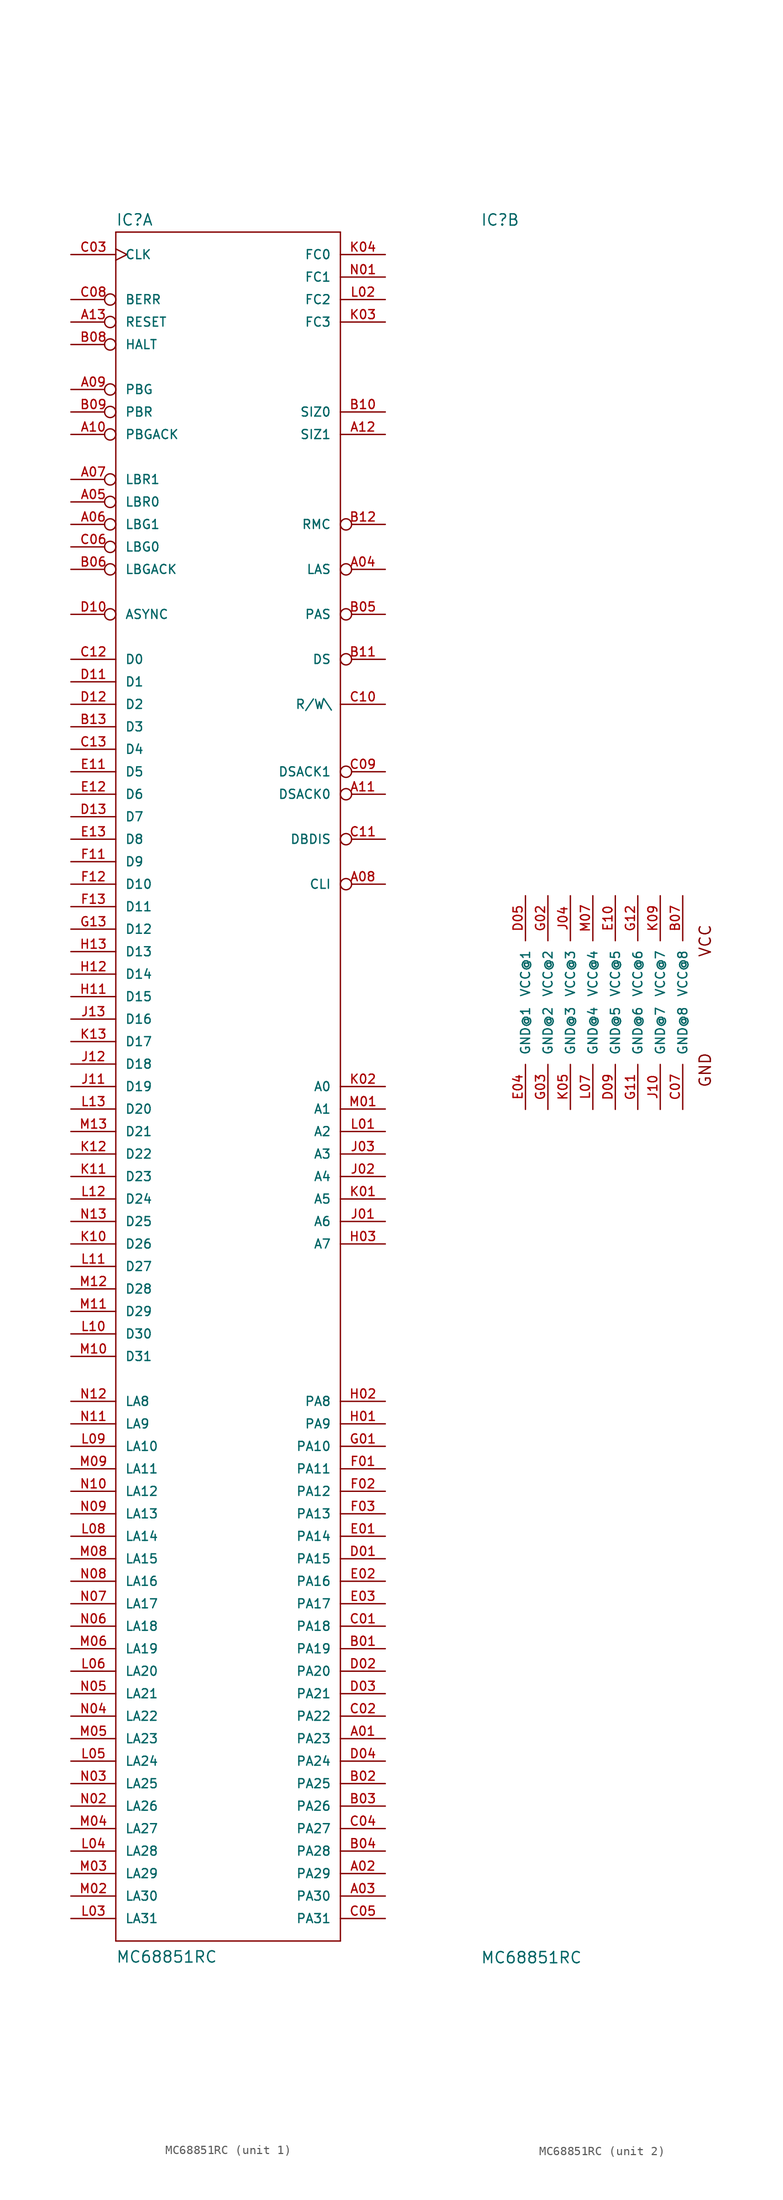
<source format=kicad_sym>
(kicad_symbol_lib
  (version 20220914)
  (generator kicad_symbol_editor)
  (symbol "MC68851RC"
    (pin_names
      (offset 1.016))
    (property "Reference" "IC"
      (at -12.7 92.075 0)
      (effects (font (size 1.27 1.27)) (justify left bottom)))
    (property "Value" "MC68851RC"
      (at -12.7 -104.14 0)
      (effects (font (size 1.27 1.27)) (justify left bottom)))
    (property "Datasheet" ""
      (at 0 0 0)
      (effects (font (size 1.524 1.524))))
    (property "ki_locked" ""
      (at 0 0 0)
      (effects (font (size 1.27 1.27))))
    (symbol "MC68851RC_1_0"
      (polyline (pts (xy -12.7 -101.6) (xy -12.7 91.44)) (stroke (width 0) (type solid)) (fill (type none)))
      (polyline (pts (xy -12.7 -101.6) (xy 12.7 -101.6)) (stroke (width 0) (type solid)) (fill (type none)))
      (polyline (pts (xy 12.7 91.44) (xy -12.7 91.44)) (stroke (width 0) (type solid)) (fill (type none)))
      (polyline (pts (xy 12.7 91.44) (xy 12.7 -101.6)) (stroke (width 0) (type solid)) (fill (type none))))
    (symbol "MC68851RC_1_1"
      (pin output line (at 17.78 -78.74 180) (length 5.08) (name "PA23" (effects (font (size 1.016 1.016)))) (number "A01" (effects (font (size 1.016 1.016)))))
      (pin output line (at 17.78 -93.98 180) (length 5.08) (name "PA29" (effects (font (size 1.016 1.016)))) (number "A02" (effects (font (size 1.016 1.016)))))
      (pin output line (at 17.78 -96.52 180) (length 5.08) (name "PA30" (effects (font (size 1.016 1.016)))) (number "A03" (effects (font (size 1.016 1.016)))))
      (pin input inverted (at 17.78 53.34 180) (length 5.08) (name "LAS" (effects (font (size 1.016 1.016)))) (number "A04" (effects (font (size 1.016 1.016)))))
      (pin output inverted (at -17.78 60.96 0) (length 5.08) (name "LBR0" (effects (font (size 1.016 1.016)))) (number "A05" (effects (font (size 1.016 1.016)))))
      (pin input inverted (at -17.78 58.42 0) (length 5.08) (name "LBG1" (effects (font (size 1.016 1.016)))) (number "A06" (effects (font (size 1.016 1.016)))))
      (pin input inverted (at -17.78 63.5 0) (length 5.08) (name "LBR1" (effects (font (size 1.016 1.016)))) (number "A07" (effects (font (size 1.016 1.016)))))
      (pin output inverted (at 17.78 17.78 180) (length 5.08) (name "CLI" (effects (font (size 1.016 1.016)))) (number "A08" (effects (font (size 1.016 1.016)))))
      (pin output inverted (at -17.78 73.66 0) (length 5.08) (name "PBG" (effects (font (size 1.016 1.016)))) (number "A09" (effects (font (size 1.016 1.016)))))
      (pin input inverted (at -17.78 68.58 0) (length 5.08) (name "PBGACK" (effects (font (size 1.016 1.016)))) (number "A10" (effects (font (size 1.016 1.016)))))
      (pin bidirectional inverted (at 17.78 27.94 180) (length 5.08) (name "DSACK0" (effects (font (size 1.016 1.016)))) (number "A11" (effects (font (size 1.016 1.016)))))
      (pin bidirectional line (at 17.78 68.58 180) (length 5.08) (name "SIZ1" (effects (font (size 1.016 1.016)))) (number "A12" (effects (font (size 1.016 1.016)))))
      (pin input inverted (at -17.78 81.28 0) (length 5.08) (name "RESET" (effects (font (size 1.016 1.016)))) (number "A13" (effects (font (size 1.016 1.016)))))
      (pin output line (at 17.78 -68.58 180) (length 5.08) (name "PA19" (effects (font (size 1.016 1.016)))) (number "B01" (effects (font (size 1.016 1.016)))))
      (pin output line (at 17.78 -83.82 180) (length 5.08) (name "PA25" (effects (font (size 1.016 1.016)))) (number "B02" (effects (font (size 1.016 1.016)))))
      (pin output line (at 17.78 -86.36 180) (length 5.08) (name "PA26" (effects (font (size 1.016 1.016)))) (number "B03" (effects (font (size 1.016 1.016)))))
      (pin output line (at 17.78 -91.44 180) (length 5.08) (name "PA28" (effects (font (size 1.016 1.016)))) (number "B04" (effects (font (size 1.016 1.016)))))
      (pin output inverted (at 17.78 48.26 180) (length 5.08) (name "PAS" (effects (font (size 1.016 1.016)))) (number "B05" (effects (font (size 1.016 1.016)))))
      (pin bidirectional inverted (at -17.78 53.34 0) (length 5.08) (name "LBGACK" (effects (font (size 1.016 1.016)))) (number "B06" (effects (font (size 1.016 1.016)))))
      (pin bidirectional inverted (at -17.78 78.74 0) (length 5.08) (name "HALT" (effects (font (size 1.016 1.016)))) (number "B08" (effects (font (size 1.016 1.016)))))
      (pin input inverted (at -17.78 71.12 0) (length 5.08) (name "PBR" (effects (font (size 1.016 1.016)))) (number "B09" (effects (font (size 1.016 1.016)))))
      (pin bidirectional line (at 17.78 71.12 180) (length 5.08) (name "SIZ0" (effects (font (size 1.016 1.016)))) (number "B10" (effects (font (size 1.016 1.016)))))
      (pin bidirectional inverted (at 17.78 43.18 180) (length 5.08) (name "DS" (effects (font (size 1.016 1.016)))) (number "B11" (effects (font (size 1.016 1.016)))))
      (pin bidirectional inverted (at 17.78 58.42 180) (length 5.08) (name "RMC" (effects (font (size 1.016 1.016)))) (number "B12" (effects (font (size 1.016 1.016)))))
      (pin bidirectional line (at -17.78 35.56 0) (length 5.08) (name "D3" (effects (font (size 1.016 1.016)))) (number "B13" (effects (font (size 1.016 1.016)))))
      (pin output line (at 17.78 -66.04 180) (length 5.08) (name "PA18" (effects (font (size 1.016 1.016)))) (number "C01" (effects (font (size 1.016 1.016)))))
      (pin output line (at 17.78 -76.2 180) (length 5.08) (name "PA22" (effects (font (size 1.016 1.016)))) (number "C02" (effects (font (size 1.016 1.016)))))
      (pin input clock (at -17.78 88.9 0) (length 5.08) (name "CLK" (effects (font (size 1.016 1.016)))) (number "C03" (effects (font (size 1.016 1.016)))))
      (pin output line (at 17.78 -88.9 180) (length 5.08) (name "PA27" (effects (font (size 1.016 1.016)))) (number "C04" (effects (font (size 1.016 1.016)))))
      (pin output line (at 17.78 -99.06 180) (length 5.08) (name "PA31" (effects (font (size 1.016 1.016)))) (number "C05" (effects (font (size 1.016 1.016)))))
      (pin output inverted (at -17.78 55.88 0) (length 5.08) (name "LBG0" (effects (font (size 1.016 1.016)))) (number "C06" (effects (font (size 1.016 1.016)))))
      (pin bidirectional inverted (at -17.78 83.82 0) (length 5.08) (name "BERR" (effects (font (size 1.016 1.016)))) (number "C08" (effects (font (size 1.016 1.016)))))
      (pin bidirectional inverted (at 17.78 30.48 180) (length 5.08) (name "DSACK1" (effects (font (size 1.016 1.016)))) (number "C09" (effects (font (size 1.016 1.016)))))
      (pin bidirectional line (at 17.78 38.1 180) (length 5.08) (name "R/W\\" (effects (font (size 1.016 1.016)))) (number "C10" (effects (font (size 1.016 1.016)))))
      (pin output inverted (at 17.78 22.86 180) (length 5.08) (name "DBDIS" (effects (font (size 1.016 1.016)))) (number "C11" (effects (font (size 1.016 1.016)))))
      (pin bidirectional line (at -17.78 43.18 0) (length 5.08) (name "D0" (effects (font (size 1.016 1.016)))) (number "C12" (effects (font (size 1.016 1.016)))))
      (pin bidirectional line (at -17.78 33.02 0) (length 5.08) (name "D4" (effects (font (size 1.016 1.016)))) (number "C13" (effects (font (size 1.016 1.016)))))
      (pin output line (at 17.78 -58.42 180) (length 5.08) (name "PA15" (effects (font (size 1.016 1.016)))) (number "D01" (effects (font (size 1.016 1.016)))))
      (pin output line (at 17.78 -71.12 180) (length 5.08) (name "PA20" (effects (font (size 1.016 1.016)))) (number "D02" (effects (font (size 1.016 1.016)))))
      (pin output line (at 17.78 -73.66 180) (length 5.08) (name "PA21" (effects (font (size 1.016 1.016)))) (number "D03" (effects (font (size 1.016 1.016)))))
      (pin output line (at 17.78 -81.28 180) (length 5.08) (name "PA24" (effects (font (size 1.016 1.016)))) (number "D04" (effects (font (size 1.016 1.016)))))
      (pin input inverted (at -17.78 48.26 0) (length 5.08) (name "ASYNC" (effects (font (size 1.016 1.016)))) (number "D10" (effects (font (size 1.016 1.016)))))
      (pin bidirectional line (at -17.78 40.64 0) (length 5.08) (name "D1" (effects (font (size 1.016 1.016)))) (number "D11" (effects (font (size 1.016 1.016)))))
      (pin bidirectional line (at -17.78 38.1 0) (length 5.08) (name "D2" (effects (font (size 1.016 1.016)))) (number "D12" (effects (font (size 1.016 1.016)))))
      (pin bidirectional line (at -17.78 25.4 0) (length 5.08) (name "D7" (effects (font (size 1.016 1.016)))) (number "D13" (effects (font (size 1.016 1.016)))))
      (pin output line (at 17.78 -55.88 180) (length 5.08) (name "PA14" (effects (font (size 1.016 1.016)))) (number "E01" (effects (font (size 1.016 1.016)))))
      (pin output line (at 17.78 -60.96 180) (length 5.08) (name "PA16" (effects (font (size 1.016 1.016)))) (number "E02" (effects (font (size 1.016 1.016)))))
      (pin output line (at 17.78 -63.5 180) (length 5.08) (name "PA17" (effects (font (size 1.016 1.016)))) (number "E03" (effects (font (size 1.016 1.016)))))
      (pin bidirectional line (at -17.78 30.48 0) (length 5.08) (name "D5" (effects (font (size 1.016 1.016)))) (number "E11" (effects (font (size 1.016 1.016)))))
      (pin bidirectional line (at -17.78 27.94 0) (length 5.08) (name "D6" (effects (font (size 1.016 1.016)))) (number "E12" (effects (font (size 1.016 1.016)))))
      (pin bidirectional line (at -17.78 22.86 0) (length 5.08) (name "D8" (effects (font (size 1.016 1.016)))) (number "E13" (effects (font (size 1.016 1.016)))))
      (pin output line (at 17.78 -48.26 180) (length 5.08) (name "PA11" (effects (font (size 1.016 1.016)))) (number "F01" (effects (font (size 1.016 1.016)))))
      (pin output line (at 17.78 -50.8 180) (length 5.08) (name "PA12" (effects (font (size 1.016 1.016)))) (number "F02" (effects (font (size 1.016 1.016)))))
      (pin output line (at 17.78 -53.34 180) (length 5.08) (name "PA13" (effects (font (size 1.016 1.016)))) (number "F03" (effects (font (size 1.016 1.016)))))
      (pin bidirectional line (at -17.78 20.32 0) (length 5.08) (name "D9" (effects (font (size 1.016 1.016)))) (number "F11" (effects (font (size 1.016 1.016)))))
      (pin bidirectional line (at -17.78 17.78 0) (length 5.08) (name "D10" (effects (font (size 1.016 1.016)))) (number "F12" (effects (font (size 1.016 1.016)))))
      (pin bidirectional line (at -17.78 15.24 0) (length 5.08) (name "D11" (effects (font (size 1.016 1.016)))) (number "F13" (effects (font (size 1.016 1.016)))))
      (pin output line (at 17.78 -45.72 180) (length 5.08) (name "PA10" (effects (font (size 1.016 1.016)))) (number "G01" (effects (font (size 1.016 1.016)))))
      (pin bidirectional line (at -17.78 12.7 0) (length 5.08) (name "D12" (effects (font (size 1.016 1.016)))) (number "G13" (effects (font (size 1.016 1.016)))))
      (pin output line (at 17.78 -43.18 180) (length 5.08) (name "PA9" (effects (font (size 1.016 1.016)))) (number "H01" (effects (font (size 1.016 1.016)))))
      (pin output line (at 17.78 -40.64 180) (length 5.08) (name "PA8" (effects (font (size 1.016 1.016)))) (number "H02" (effects (font (size 1.016 1.016)))))
      (pin bidirectional line (at 17.78 -22.86 180) (length 5.08) (name "A7" (effects (font (size 1.016 1.016)))) (number "H03" (effects (font (size 1.016 1.016)))))
      (pin bidirectional line (at -17.78 5.08 0) (length 5.08) (name "D15" (effects (font (size 1.016 1.016)))) (number "H11" (effects (font (size 1.016 1.016)))))
      (pin bidirectional line (at -17.78 7.62 0) (length 5.08) (name "D14" (effects (font (size 1.016 1.016)))) (number "H12" (effects (font (size 1.016 1.016)))))
      (pin bidirectional line (at -17.78 10.16 0) (length 5.08) (name "D13" (effects (font (size 1.016 1.016)))) (number "H13" (effects (font (size 1.016 1.016)))))
      (pin bidirectional line (at 17.78 -20.32 180) (length 5.08) (name "A6" (effects (font (size 1.016 1.016)))) (number "J01" (effects (font (size 1.016 1.016)))))
      (pin bidirectional line (at 17.78 -15.24 180) (length 5.08) (name "A4" (effects (font (size 1.016 1.016)))) (number "J02" (effects (font (size 1.016 1.016)))))
      (pin bidirectional line (at 17.78 -12.7 180) (length 5.08) (name "A3" (effects (font (size 1.016 1.016)))) (number "J03" (effects (font (size 1.016 1.016)))))
      (pin bidirectional line (at -17.78 -5.08 0) (length 5.08) (name "D19" (effects (font (size 1.016 1.016)))) (number "J11" (effects (font (size 1.016 1.016)))))
      (pin bidirectional line (at -17.78 -2.54 0) (length 5.08) (name "D18" (effects (font (size 1.016 1.016)))) (number "J12" (effects (font (size 1.016 1.016)))))
      (pin bidirectional line (at -17.78 2.54 0) (length 5.08) (name "D16" (effects (font (size 1.016 1.016)))) (number "J13" (effects (font (size 1.016 1.016)))))
      (pin bidirectional line (at 17.78 -17.78 180) (length 5.08) (name "A5" (effects (font (size 1.016 1.016)))) (number "K01" (effects (font (size 1.016 1.016)))))
      (pin bidirectional line (at 17.78 -5.08 180) (length 5.08) (name "A0" (effects (font (size 1.016 1.016)))) (number "K02" (effects (font (size 1.016 1.016)))))
      (pin bidirectional line (at 17.78 81.28 180) (length 5.08) (name "FC3" (effects (font (size 1.016 1.016)))) (number "K03" (effects (font (size 1.016 1.016)))))
      (pin bidirectional line (at 17.78 88.9 180) (length 5.08) (name "FC0" (effects (font (size 1.016 1.016)))) (number "K04" (effects (font (size 1.016 1.016)))))
      (pin bidirectional line (at -17.78 -22.86 0) (length 5.08) (name "D26" (effects (font (size 1.016 1.016)))) (number "K10" (effects (font (size 1.016 1.016)))))
      (pin bidirectional line (at -17.78 -15.24 0) (length 5.08) (name "D23" (effects (font (size 1.016 1.016)))) (number "K11" (effects (font (size 1.016 1.016)))))
      (pin bidirectional line (at -17.78 -12.7 0) (length 5.08) (name "D22" (effects (font (size 1.016 1.016)))) (number "K12" (effects (font (size 1.016 1.016)))))
      (pin bidirectional line (at -17.78 0 0) (length 5.08) (name "D17" (effects (font (size 1.016 1.016)))) (number "K13" (effects (font (size 1.016 1.016)))))
      (pin bidirectional line (at 17.78 -10.16 180) (length 5.08) (name "A2" (effects (font (size 1.016 1.016)))) (number "L01" (effects (font (size 1.016 1.016)))))
      (pin bidirectional line (at 17.78 83.82 180) (length 5.08) (name "FC2" (effects (font (size 1.016 1.016)))) (number "L02" (effects (font (size 1.016 1.016)))))
      (pin input line (at -17.78 -99.06 0) (length 5.08) (name "LA31" (effects (font (size 1.016 1.016)))) (number "L03" (effects (font (size 1.016 1.016)))))
      (pin input line (at -17.78 -91.44 0) (length 5.08) (name "LA28" (effects (font (size 1.016 1.016)))) (number "L04" (effects (font (size 1.016 1.016)))))
      (pin input line (at -17.78 -81.28 0) (length 5.08) (name "LA24" (effects (font (size 1.016 1.016)))) (number "L05" (effects (font (size 1.016 1.016)))))
      (pin input line (at -17.78 -71.12 0) (length 5.08) (name "LA20" (effects (font (size 1.016 1.016)))) (number "L06" (effects (font (size 1.016 1.016)))))
      (pin input line (at -17.78 -55.88 0) (length 5.08) (name "LA14" (effects (font (size 1.016 1.016)))) (number "L08" (effects (font (size 1.016 1.016)))))
      (pin input line (at -17.78 -45.72 0) (length 5.08) (name "LA10" (effects (font (size 1.016 1.016)))) (number "L09" (effects (font (size 1.016 1.016)))))
      (pin bidirectional line (at -17.78 -33.02 0) (length 5.08) (name "D30" (effects (font (size 1.016 1.016)))) (number "L10" (effects (font (size 1.016 1.016)))))
      (pin bidirectional line (at -17.78 -25.4 0) (length 5.08) (name "D27" (effects (font (size 1.016 1.016)))) (number "L11" (effects (font (size 1.016 1.016)))))
      (pin bidirectional line (at -17.78 -17.78 0) (length 5.08) (name "D24" (effects (font (size 1.016 1.016)))) (number "L12" (effects (font (size 1.016 1.016)))))
      (pin bidirectional line (at -17.78 -7.62 0) (length 5.08) (name "D20" (effects (font (size 1.016 1.016)))) (number "L13" (effects (font (size 1.016 1.016)))))
      (pin bidirectional line (at 17.78 -7.62 180) (length 5.08) (name "A1" (effects (font (size 1.016 1.016)))) (number "M01" (effects (font (size 1.016 1.016)))))
      (pin input line (at -17.78 -96.52 0) (length 5.08) (name "LA30" (effects (font (size 1.016 1.016)))) (number "M02" (effects (font (size 1.016 1.016)))))
      (pin input line (at -17.78 -93.98 0) (length 5.08) (name "LA29" (effects (font (size 1.016 1.016)))) (number "M03" (effects (font (size 1.016 1.016)))))
      (pin input line (at -17.78 -88.9 0) (length 5.08) (name "LA27" (effects (font (size 1.016 1.016)))) (number "M04" (effects (font (size 1.016 1.016)))))
      (pin input line (at -17.78 -78.74 0) (length 5.08) (name "LA23" (effects (font (size 1.016 1.016)))) (number "M05" (effects (font (size 1.016 1.016)))))
      (pin input line (at -17.78 -68.58 0) (length 5.08) (name "LA19" (effects (font (size 1.016 1.016)))) (number "M06" (effects (font (size 1.016 1.016)))))
      (pin input line (at -17.78 -58.42 0) (length 5.08) (name "LA15" (effects (font (size 1.016 1.016)))) (number "M08" (effects (font (size 1.016 1.016)))))
      (pin input line (at -17.78 -48.26 0) (length 5.08) (name "LA11" (effects (font (size 1.016 1.016)))) (number "M09" (effects (font (size 1.016 1.016)))))
      (pin bidirectional line (at -17.78 -35.56 0) (length 5.08) (name "D31" (effects (font (size 1.016 1.016)))) (number "M10" (effects (font (size 1.016 1.016)))))
      (pin bidirectional line (at -17.78 -30.48 0) (length 5.08) (name "D29" (effects (font (size 1.016 1.016)))) (number "M11" (effects (font (size 1.016 1.016)))))
      (pin bidirectional line (at -17.78 -27.94 0) (length 5.08) (name "D28" (effects (font (size 1.016 1.016)))) (number "M12" (effects (font (size 1.016 1.016)))))
      (pin bidirectional line (at -17.78 -10.16 0) (length 5.08) (name "D21" (effects (font (size 1.016 1.016)))) (number "M13" (effects (font (size 1.016 1.016)))))
      (pin bidirectional line (at 17.78 86.36 180) (length 5.08) (name "FC1" (effects (font (size 1.016 1.016)))) (number "N01" (effects (font (size 1.016 1.016)))))
      (pin input line (at -17.78 -86.36 0) (length 5.08) (name "LA26" (effects (font (size 1.016 1.016)))) (number "N02" (effects (font (size 1.016 1.016)))))
      (pin input line (at -17.78 -83.82 0) (length 5.08) (name "LA25" (effects (font (size 1.016 1.016)))) (number "N03" (effects (font (size 1.016 1.016)))))
      (pin input line (at -17.78 -76.2 0) (length 5.08) (name "LA22" (effects (font (size 1.016 1.016)))) (number "N04" (effects (font (size 1.016 1.016)))))
      (pin input line (at -17.78 -73.66 0) (length 5.08) (name "LA21" (effects (font (size 1.016 1.016)))) (number "N05" (effects (font (size 1.016 1.016)))))
      (pin input line (at -17.78 -66.04 0) (length 5.08) (name "LA18" (effects (font (size 1.016 1.016)))) (number "N06" (effects (font (size 1.016 1.016)))))
      (pin input line (at -17.78 -63.5 0) (length 5.08) (name "LA17" (effects (font (size 1.016 1.016)))) (number "N07" (effects (font (size 1.016 1.016)))))
      (pin input line (at -17.78 -60.96 0) (length 5.08) (name "LA16" (effects (font (size 1.016 1.016)))) (number "N08" (effects (font (size 1.016 1.016)))))
      (pin input line (at -17.78 -53.34 0) (length 5.08) (name "LA13" (effects (font (size 1.016 1.016)))) (number "N09" (effects (font (size 1.016 1.016)))))
      (pin input line (at -17.78 -50.8 0) (length 5.08) (name "LA12" (effects (font (size 1.016 1.016)))) (number "N10" (effects (font (size 1.016 1.016)))))
      (pin input line (at -17.78 -43.18 0) (length 5.08) (name "LA9" (effects (font (size 1.016 1.016)))) (number "N11" (effects (font (size 1.016 1.016)))))
      (pin input line (at -17.78 -40.64 0) (length 5.08) (name "LA8" (effects (font (size 1.016 1.016)))) (number "N12" (effects (font (size 1.016 1.016)))))
      (pin bidirectional line (at -17.78 -20.32 0) (length 5.08) (name "D25" (effects (font (size 1.016 1.016)))) (number "N13" (effects (font (size 1.016 1.016))))))
    (symbol "MC68851RC_2_0"
      (text "GND" (at 12.7 -3.175 1) (effects (font (size 1.27 1.27))))
      (text "VCC" (at 12.7 11.43 1) (effects (font (size 1.27 1.27)))))
    (symbol "MC68851RC_2_1"
      (pin power_in line (at 10.16 16.51 270) (length 5.08) (name "VCC@8" (effects (font (size 1.016 1.016)))) (number "B07" (effects (font (size 1.016 1.016)))))
      (pin power_in line (at 10.16 -7.62 90) (length 5.08) (name "GND@8" (effects (font (size 1.016 1.016)))) (number "C07" (effects (font (size 1.016 1.016)))))
      (pin power_in line (at -7.62 16.51 270) (length 5.08) (name "VCC@1" (effects (font (size 1.016 1.016)))) (number "D05" (effects (font (size 1.016 1.016)))))
      (pin power_in line (at 2.54 -7.62 90) (length 5.08) (name "GND@5" (effects (font (size 1.016 1.016)))) (number "D09" (effects (font (size 1.016 1.016)))))
      (pin power_in line (at -7.62 -7.62 90) (length 5.08) (name "GND@1" (effects (font (size 1.016 1.016)))) (number "E04" (effects (font (size 1.016 1.016)))))
      (pin power_in line (at 2.54 16.51 270) (length 5.08) (name "VCC@5" (effects (font (size 1.016 1.016)))) (number "E10" (effects (font (size 1.016 1.016)))))
      (pin power_in line (at -5.08 16.51 270) (length 5.08) (name "VCC@2" (effects (font (size 1.016 1.016)))) (number "G02" (effects (font (size 1.016 1.016)))))
      (pin power_in line (at -5.08 -7.62 90) (length 5.08) (name "GND@2" (effects (font (size 1.016 1.016)))) (number "G03" (effects (font (size 1.016 1.016)))))
      (pin power_in line (at 5.08 -7.62 90) (length 5.08) (name "GND@6" (effects (font (size 1.016 1.016)))) (number "G11" (effects (font (size 1.016 1.016)))))
      (pin power_in line (at 5.08 16.51 270) (length 5.08) (name "VCC@6" (effects (font (size 1.016 1.016)))) (number "G12" (effects (font (size 1.016 1.016)))))
      (pin power_in line (at -2.54 16.51 270) (length 5.08) (name "VCC@3" (effects (font (size 1.016 1.016)))) (number "J04" (effects (font (size 1.016 1.016)))))
      (pin power_in line (at 7.62 -7.62 90) (length 5.08) (name "GND@7" (effects (font (size 1.016 1.016)))) (number "J10" (effects (font (size 1.016 1.016)))))
      (pin power_in line (at -2.54 -7.62 90) (length 5.08) (name "GND@3" (effects (font (size 1.016 1.016)))) (number "K05" (effects (font (size 1.016 1.016)))))
      (pin power_in line (at 7.62 16.51 270) (length 5.08) (name "VCC@7" (effects (font (size 1.016 1.016)))) (number "K09" (effects (font (size 1.016 1.016)))))
      (pin power_in line (at 0 -7.62 90) (length 5.08) (name "GND@4" (effects (font (size 1.016 1.016)))) (number "L07" (effects (font (size 1.016 1.016)))))
      (pin power_in line (at 0 16.51 270) (length 5.08) (name "VCC@4" (effects (font (size 1.016 1.016)))) (number "M07" (effects (font (size 1.016 1.016))))))))
</source>
